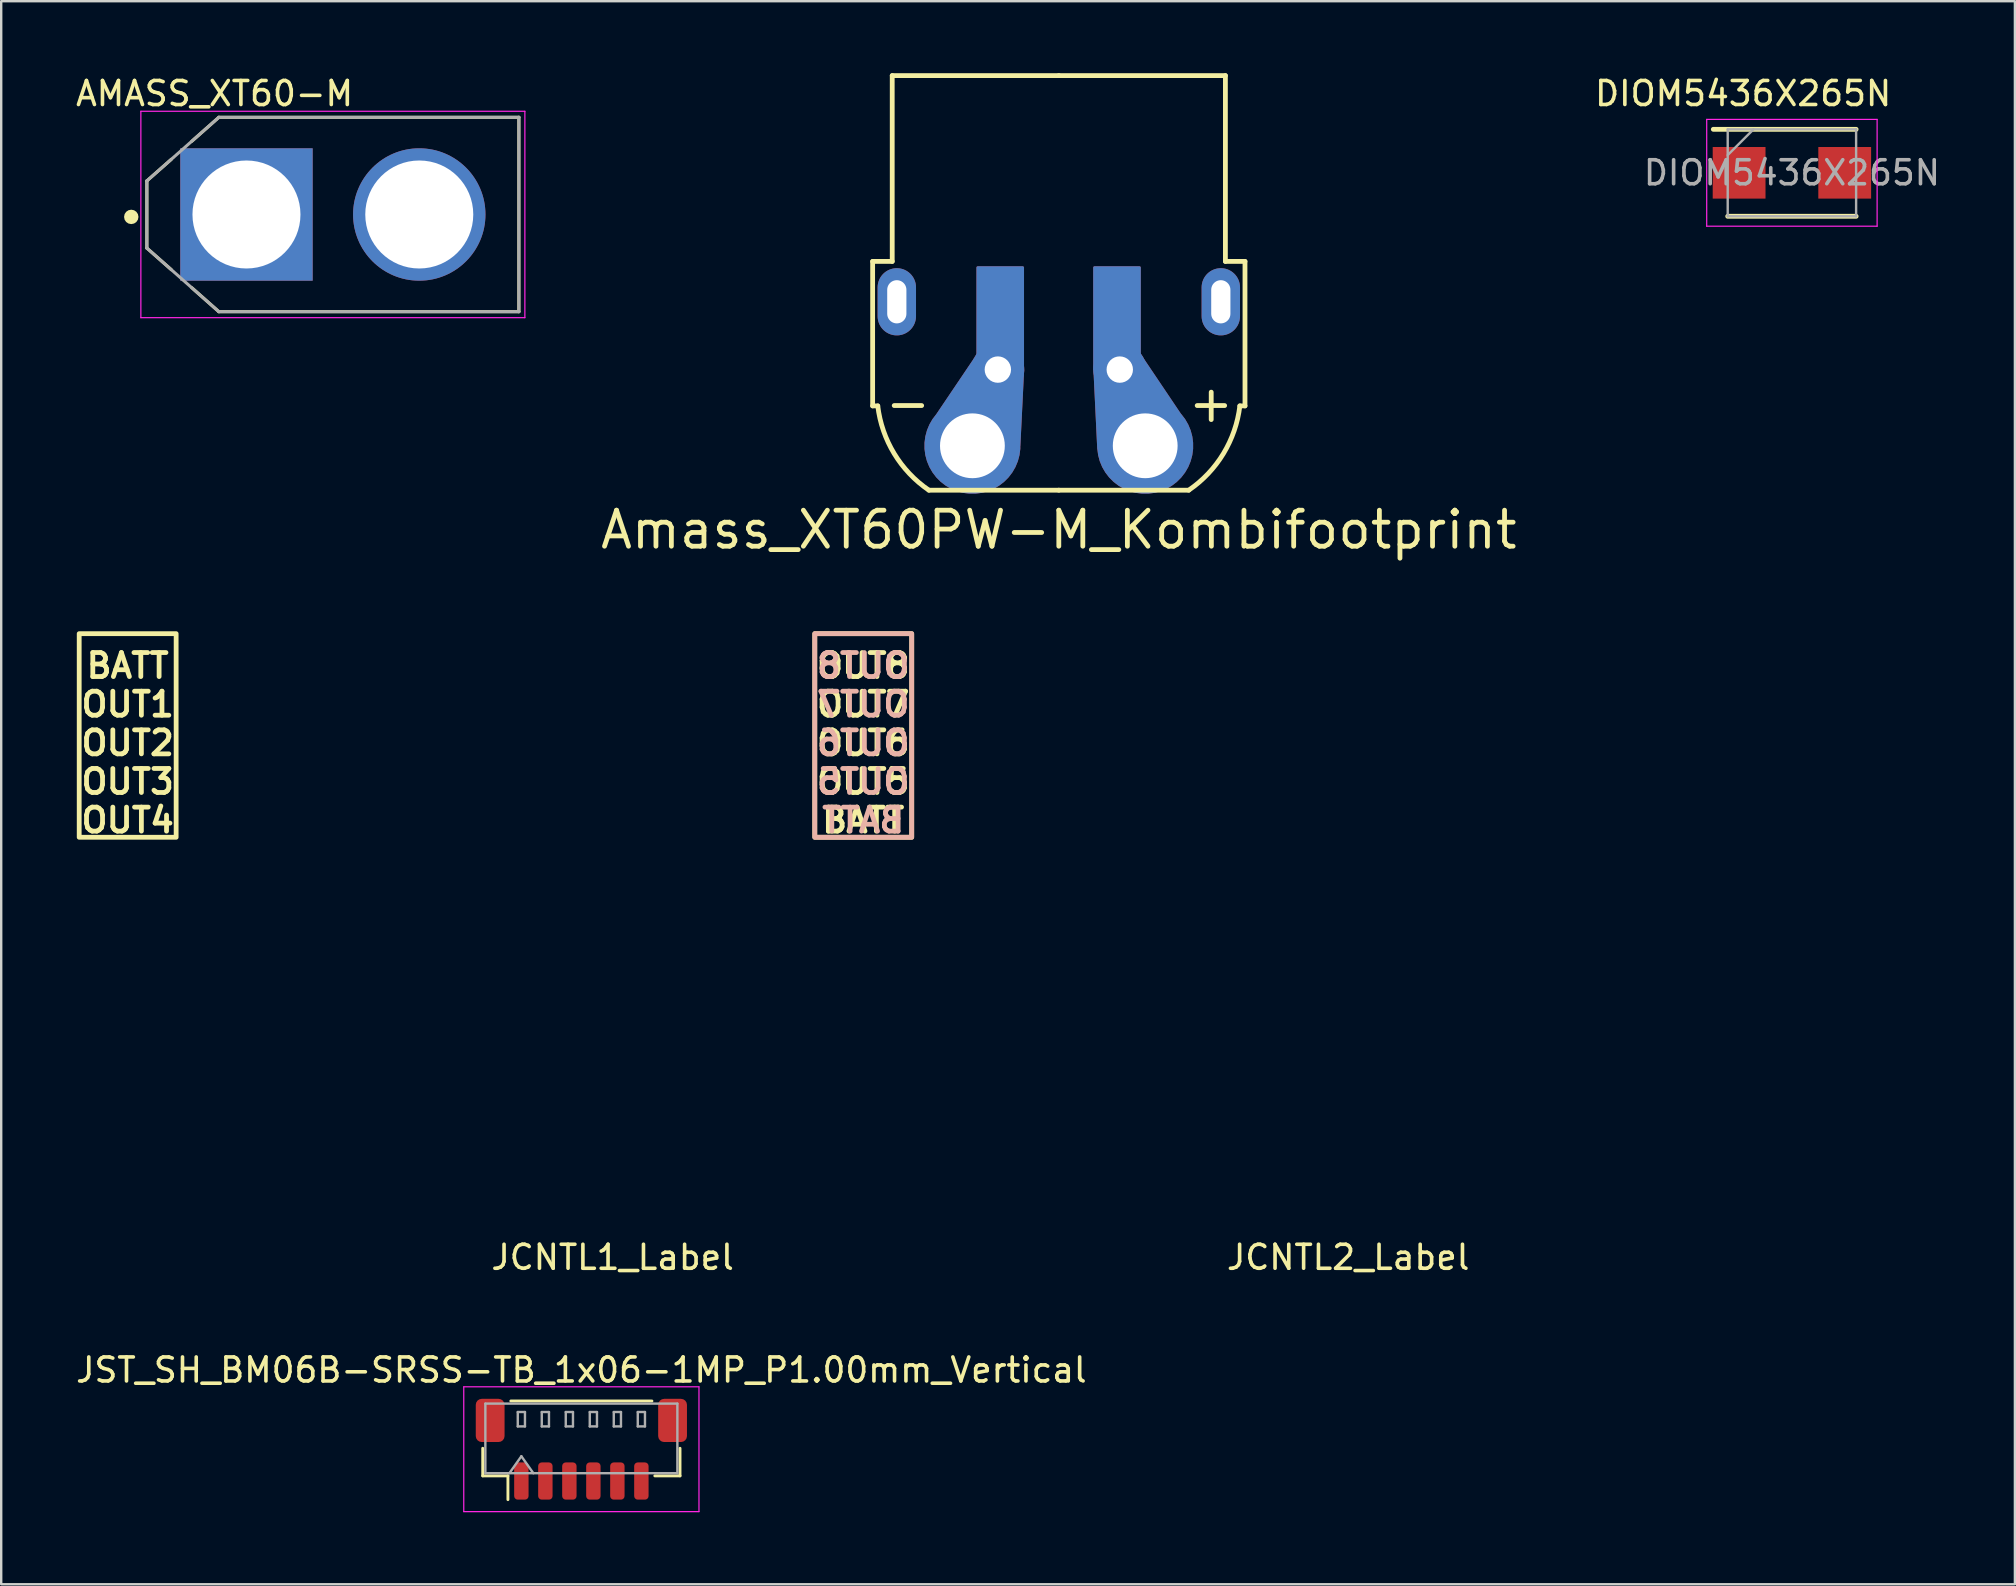
<source format=kicad_pcb>
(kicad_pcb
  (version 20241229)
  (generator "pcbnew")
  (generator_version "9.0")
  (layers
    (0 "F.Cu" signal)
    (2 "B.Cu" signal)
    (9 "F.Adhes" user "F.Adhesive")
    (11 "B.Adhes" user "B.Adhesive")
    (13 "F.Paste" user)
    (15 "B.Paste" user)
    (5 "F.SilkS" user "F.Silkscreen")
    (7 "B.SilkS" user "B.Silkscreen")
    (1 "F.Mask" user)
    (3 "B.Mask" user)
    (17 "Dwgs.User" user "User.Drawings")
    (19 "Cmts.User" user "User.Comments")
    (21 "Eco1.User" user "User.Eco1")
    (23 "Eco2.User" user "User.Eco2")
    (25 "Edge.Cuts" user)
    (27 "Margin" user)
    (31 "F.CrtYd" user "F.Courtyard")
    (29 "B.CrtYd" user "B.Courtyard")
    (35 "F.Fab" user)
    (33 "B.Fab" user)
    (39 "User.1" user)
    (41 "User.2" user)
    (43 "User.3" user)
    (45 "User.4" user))
  (footprint "AMASS_XT60-M"
    (layer "F.Cu")
    (at 10.819 5.887)
    (property "Reference" "AMASS_XT60-M" (at -4.928 -5.038 0) (layer "F.SilkS") (effects (font (size 1.001 1.001) (thickness 0.15))))
    (attr through_hole)
    (fp_line (start -7.75 -1.4) (end -6.73 -2.3) (stroke (width 0.127) (type solid)) (layer "F.SilkS"))
    (fp_line (start -7.75 1.4) (end -7.75 -1.4) (stroke (width 0.127) (type solid)) (layer "F.SilkS"))
    (fp_line (start -7.75 1.4) (end -6.73 2.3) (stroke (width 0.127) (type solid)) (layer "F.SilkS"))
    (fp_line (start -4.75 -4.05) (end -5.88 -3.05) (stroke (width 0.127) (type solid)) (layer "F.SilkS"))
    (fp_line (start -4.75 -4.05) (end 7.75 -4.05) (stroke (width 0.127) (type solid)) (layer "F.SilkS"))
    (fp_line (start -4.75 4.05) (end -5.88 3.05) (stroke (width 0.127) (type solid)) (layer "F.SilkS"))
    (fp_line (start 7.75 -4.05) (end 7.75 4.05) (stroke (width 0.127) (type solid)) (layer "F.SilkS"))
    (fp_line (start 7.75 4.05) (end -4.75 4.05) (stroke (width 0.127) (type solid)) (layer "F.SilkS"))
    (fp_circle (center -8.4 0.1) (end -8.25 0.1) (stroke (width 0.3) (type solid)) (fill no) (layer "F.SilkS"))
    (fp_line (start -8 -4.3) (end 8 -4.3) (stroke (width 0.05) (type solid)) (layer "F.CrtYd"))
    (fp_line (start -8 4.3) (end -8 -4.3) (stroke (width 0.05) (type solid)) (layer "F.CrtYd"))
    (fp_line (start 8 -4.3) (end 8 4.3) (stroke (width 0.05) (type solid)) (layer "F.CrtYd"))
    (fp_line (start 8 4.3) (end -8 4.3) (stroke (width 0.05) (type solid)) (layer "F.CrtYd"))
    (fp_line (start -7.75 1.4) (end -7.75 -1.4) (stroke (width 0.127) (type solid)) (layer "F.Fab"))
    (fp_line (start -4.75 -4.05) (end -7.75 -1.4) (stroke (width 0.127) (type solid)) (layer "F.Fab"))
    (fp_line (start -4.75 -4.05) (end 7.75 -4.05) (stroke (width 0.127) (type solid)) (layer "F.Fab"))
    (fp_line (start -4.75 4.05) (end -7.75 1.4) (stroke (width 0.127) (type solid)) (layer "F.Fab"))
    (fp_line (start 7.75 -4.05) (end 7.75 4.05) (stroke (width 0.127) (type solid)) (layer "F.Fab"))
    (fp_line (start 7.75 4.05) (end -4.75 4.05) (stroke (width 0.127) (type solid)) (layer "F.Fab"))
    (pad "1" thru_hole rect (at -3.6 0) (size 5.516 5.516) (drill 4.5) (layers "*.Cu" "*.Mask"))
    (pad "2" thru_hole circle (at 3.6 0) (size 5.516 5.516) (drill 4.5) (layers "*.Cu" "*.Mask")))
  (footprint "JST_SH_BM06B-SRSS-TB_1x06-1MP_P1.00mm_Vertical"
    (layer "F.Cu")
    (at 21.173 57.333)
    (property "Reference" "JST_SH_BM06B-SRSS-TB_1x06-1MP_P1.00mm_Vertical" (at 0 -3.3 180) (layer "F.SilkS") (effects (font (size 1 1) (thickness 0.15))))
    (attr smd)
    (fp_line (start -4.11 -0.04) (end -4.11 1.11) (stroke (width 0.12) (type solid)) (layer "F.SilkS"))
    (fp_line (start -4.11 1.11) (end -3.06 1.11) (stroke (width 0.12) (type solid)) (layer "F.SilkS"))
    (fp_line (start -3.06 1.11) (end -3.06 2.1) (stroke (width 0.12) (type solid)) (layer "F.SilkS"))
    (fp_line (start -2.94 -2.01) (end 2.94 -2.01) (stroke (width 0.12) (type solid)) (layer "F.SilkS"))
    (fp_line (start 4.11 -0.04) (end 4.11 1.11) (stroke (width 0.12) (type solid)) (layer "F.SilkS"))
    (fp_line (start 4.11 1.11) (end 3.06 1.11) (stroke (width 0.12) (type solid)) (layer "F.SilkS"))
    (fp_line (start -4.9 -2.6) (end -4.9 2.6) (stroke (width 0.05) (type solid)) (layer "F.CrtYd"))
    (fp_line (start -4.9 2.6) (end 4.9 2.6) (stroke (width 0.05) (type solid)) (layer "F.CrtYd"))
    (fp_line (start 4.9 -2.6) (end -4.9 -2.6) (stroke (width 0.05) (type solid)) (layer "F.CrtYd"))
    (fp_line (start 4.9 2.6) (end 4.9 -2.6) (stroke (width 0.05) (type solid)) (layer "F.CrtYd"))
    (fp_line (start -4 -1.9) (end 4 -1.9) (stroke (width 0.1) (type solid)) (layer "F.Fab"))
    (fp_line (start -4 1) (end -4 -1.9) (stroke (width 0.1) (type solid)) (layer "F.Fab"))
    (fp_line (start -4 1) (end 4 1) (stroke (width 0.1) (type solid)) (layer "F.Fab"))
    (fp_line (start -3 1) (end -2.5 0.293) (stroke (width 0.1) (type solid)) (layer "F.Fab"))
    (fp_line (start -2.65 -1.55) (end -2.65 -0.95) (stroke (width 0.1) (type solid)) (layer "F.Fab"))
    (fp_line (start -2.65 -0.95) (end -2.35 -0.95) (stroke (width 0.1) (type solid)) (layer "F.Fab"))
    (fp_line (start -2.5 0.293) (end -2 1) (stroke (width 0.1) (type solid)) (layer "F.Fab"))
    (fp_line (start -2.35 -1.55) (end -2.65 -1.55) (stroke (width 0.1) (type solid)) (layer "F.Fab"))
    (fp_line (start -2.35 -0.95) (end -2.35 -1.55) (stroke (width 0.1) (type solid)) (layer "F.Fab"))
    (fp_line (start -1.65 -1.55) (end -1.65 -0.95) (stroke (width 0.1) (type solid)) (layer "F.Fab"))
    (fp_line (start -1.65 -0.95) (end -1.35 -0.95) (stroke (width 0.1) (type solid)) (layer "F.Fab"))
    (fp_line (start -1.35 -1.55) (end -1.65 -1.55) (stroke (width 0.1) (type solid)) (layer "F.Fab"))
    (fp_line (start -1.35 -0.95) (end -1.35 -1.55) (stroke (width 0.1) (type solid)) (layer "F.Fab"))
    (fp_line (start -0.65 -1.55) (end -0.65 -0.95) (stroke (width 0.1) (type solid)) (layer "F.Fab"))
    (fp_line (start -0.65 -0.95) (end -0.35 -0.95) (stroke (width 0.1) (type solid)) (layer "F.Fab"))
    (fp_line (start -0.35 -1.55) (end -0.65 -1.55) (stroke (width 0.1) (type solid)) (layer "F.Fab"))
    (fp_line (start -0.35 -0.95) (end -0.35 -1.55) (stroke (width 0.1) (type solid)) (layer "F.Fab"))
    (fp_line (start 0.35 -1.55) (end 0.35 -0.95) (stroke (width 0.1) (type solid)) (layer "F.Fab"))
    (fp_line (start 0.35 -0.95) (end 0.65 -0.95) (stroke (width 0.1) (type solid)) (layer "F.Fab"))
    (fp_line (start 0.65 -1.55) (end 0.35 -1.55) (stroke (width 0.1) (type solid)) (layer "F.Fab"))
    (fp_line (start 0.65 -0.95) (end 0.65 -1.55) (stroke (width 0.1) (type solid)) (layer "F.Fab"))
    (fp_line (start 1.35 -1.55) (end 1.35 -0.95) (stroke (width 0.1) (type solid)) (layer "F.Fab"))
    (fp_line (start 1.35 -0.95) (end 1.65 -0.95) (stroke (width 0.1) (type solid)) (layer "F.Fab"))
    (fp_line (start 1.65 -1.55) (end 1.35 -1.55) (stroke (width 0.1) (type solid)) (layer "F.Fab"))
    (fp_line (start 1.65 -0.95) (end 1.65 -1.55) (stroke (width 0.1) (type solid)) (layer "F.Fab"))
    (fp_line (start 2.35 -1.55) (end 2.35 -0.95) (stroke (width 0.1) (type solid)) (layer "F.Fab"))
    (fp_line (start 2.35 -0.95) (end 2.65 -0.95) (stroke (width 0.1) (type solid)) (layer "F.Fab"))
    (fp_line (start 2.65 -1.55) (end 2.35 -1.55) (stroke (width 0.1) (type solid)) (layer "F.Fab"))
    (fp_line (start 2.65 -0.95) (end 2.65 -1.55) (stroke (width 0.1) (type solid)) (layer "F.Fab"))
    (fp_line (start 4 1) (end 4 -1.9) (stroke (width 0.1) (type solid)) (layer "F.Fab"))
    (pad "1" smd roundrect (at -2.5 1.325) (size 0.6 1.55) (layers "F.Cu" "F.Mask" "F.Paste") (roundrect_rratio 0.25))
    (pad "2" smd roundrect (at -1.5 1.325) (size 0.6 1.55) (layers "F.Cu" "F.Mask" "F.Paste") (roundrect_rratio 0.25))
    (pad "3" smd roundrect (at -0.5 1.325) (size 0.6 1.55) (layers "F.Cu" "F.Mask" "F.Paste") (roundrect_rratio 0.25))
    (pad "4" smd roundrect (at 0.5 1.325) (size 0.6 1.55) (layers "F.Cu" "F.Mask" "F.Paste") (roundrect_rratio 0.25))
    (pad "5" smd roundrect (at 1.5 1.325) (size 0.6 1.55) (layers "F.Cu" "F.Mask" "F.Paste") (roundrect_rratio 0.25))
    (pad "6" smd roundrect (at 2.5 1.325) (size 0.6 1.55) (layers "F.Cu" "F.Mask" "F.Paste") (roundrect_rratio 0.25))
    (pad "MP" smd roundrect (at -3.8 -1.2) (size 1.2 1.8) (layers "F.Cu" "F.Mask" "F.Paste") (roundrect_rratio 0.208))
    (pad "MP" smd roundrect (at 3.8 -1.2) (size 1.2 1.8) (layers "F.Cu" "F.Mask" "F.Paste") (roundrect_rratio 0.208)))
  (footprint "DIOM5436X265N"
    (layer "F.Cu")
    (at 71.611 4.15)
    (property "Reference" "DIOM5436X265N" (at -2.032 -3.302 0) (layer "F.SilkS") (effects (font (size 1 1) (thickness 0.15))))
    (attr smd)
    (fp_line (start -2.675 1.812) (end 2.675 1.812) (stroke (width 0.2) (type solid)) (layer "F.SilkS"))
    (fp_line (start 2.675 -1.812) (end -3.275 -1.812) (stroke (width 0.2) (type solid)) (layer "F.SilkS"))
    (fp_line (start -3.55 -2.225) (end 3.55 -2.225) (stroke (width 0.05) (type solid)) (layer "F.CrtYd"))
    (fp_line (start -3.55 2.225) (end -3.55 -2.225) (stroke (width 0.05) (type solid)) (layer "F.CrtYd"))
    (fp_line (start 3.55 -2.225) (end 3.55 2.225) (stroke (width 0.05) (type solid)) (layer "F.CrtYd"))
    (fp_line (start 3.55 2.225) (end -3.55 2.225) (stroke (width 0.05) (type solid)) (layer "F.CrtYd"))
    (fp_line (start -2.675 -1.812) (end 2.675 -1.812) (stroke (width 0.1) (type solid)) (layer "F.Fab"))
    (fp_line (start -2.675 -0.738) (end -1.6 -1.812) (stroke (width 0.1) (type solid)) (layer "F.Fab"))
    (fp_line (start -2.675 1.812) (end -2.675 -1.812) (stroke (width 0.1) (type solid)) (layer "F.Fab"))
    (fp_line (start 2.675 -1.812) (end 2.675 1.812) (stroke (width 0.1) (type solid)) (layer "F.Fab"))
    (fp_line (start 2.675 1.812) (end -2.675 1.812) (stroke (width 0.1) (type solid)) (layer "F.Fab"))
    (fp_text user "${REFERENCE}" (at 0 0 0) (layer "F.Fab") (effects (font (size 1 1) (thickness 0.15))))
    (pad "1" smd rect (at -2.2 0 90) (size 2.15 2.2) (layers "F.Cu" "F.Mask" "F.Paste"))
    (pad "2" smd rect (at 2.2 0 90) (size 2.15 2.2) (layers "F.Cu" "F.Mask" "F.Paste")))
  (footprint "JCNTL1_Label"
    (layer "F.Cu")
    (at 0.25 31.836)
    (property "Reference" "JCNTL1_Label" (at 22.225 17.501 0) (unlocked yes) (layer "F.SilkS") (effects (font (size 1 1) (thickness 0.15))))
    (attr board_only exclude_from_pos_files exclude_from_bom)
    (fp_text_box "BATT\nOUT1\nOUT2\nOUT3\nOUT4" (start 0 -8.484) (end 4.039 0) (margins 0.85 0.85 0.85 0.85) (layer "F.SilkS") (effects (font (size 1 1) (thickness 0.2) (bold yes)) (justify top)) (border yes) (stroke (width 0.2) (type solid))))
  (footprint "JCNTL2_Label"
    (layer "F.Cu")
    (at 30.898 31.836)
    (property "Reference" "JCNTL2_Label" (at 22.225 17.501 0) (unlocked yes) (layer "F.SilkS") (effects (font (size 1 1) (thickness 0.15))))
    (attr board_only exclude_from_pos_files exclude_from_bom)
    (fp_text_box "OUT8\nOUT7\nOUT6\nOUT5\nBATT" (start 0 -8.484) (end 4.039 0) (margins 0.85 0.85 0.85 0.85) (layer "F.SilkS") (effects (font (size 1 1) (thickness 0.2) (bold yes)) (justify top)) (border yes) (stroke (width 0.2) (type solid)))
    (fp_text_box "OUT8\nOUT7\nOUT6\nOUT5\nBATT" (start 0 -8.484) (end 4.039 0) (margins 0.85 0.85 0.85 0.85) (layer "B.SilkS") (effects (font (size 1 1) (thickness 0.2) (bold yes)) (justify top mirror)) (border yes) (stroke (width 0.2) (type solid))))
  (footprint "Amass_XT60PW-M_Kombifootprint"
    (layer "F.Cu")
    (at 41.066 15.524)
    (property "Reference" "Amass_XT60PW-M_Kombifootprint" (at 0 3.5 0) (layer "F.SilkS") (effects (font (size 1.5 1.5) (thickness 0.2))))
    (attr through_hole)
    (fp_line (start -7.757 -7.682) (end -7.757 -1.662) (stroke (width 0.2) (type solid)) (layer "F.SilkS"))
    (fp_line (start -7.757 -1.662) (end -7.543 -1.662) (stroke (width 0.2) (type solid)) (layer "F.SilkS"))
    (fp_line (start -6.941 -15.424) (end -6.941 -7.682) (stroke (width 0.2) (type solid)) (layer "F.SilkS"))
    (fp_line (start -6.941 -15.424) (end 0 -15.424) (stroke (width 0.2) (type solid)) (layer "F.SilkS"))
    (fp_line (start -6.941 -7.682) (end -7.757 -7.682) (stroke (width 0.2) (type solid)) (layer "F.SilkS"))
    (fp_line (start -6.858 -1.676) (end -5.715 -1.676) (stroke (width 0.2) (type solid)) (layer "F.SilkS"))
    (fp_line (start -5.413 1.85) (end 0 1.85) (stroke (width 0.2) (type solid)) (layer "F.SilkS"))
    (fp_line (start 5.413 1.85) (end 0 1.85) (stroke (width 0.2) (type solid)) (layer "F.SilkS"))
    (fp_line (start 5.766 -1.676) (end 6.909 -1.676) (stroke (width 0.2) (type solid)) (layer "F.SilkS"))
    (fp_line (start 6.35 -1.092) (end 6.35 -2.235) (stroke (width 0.2) (type solid)) (layer "F.SilkS"))
    (fp_line (start 6.941 -15.424) (end 0 -15.424) (stroke (width 0.2) (type solid)) (layer "F.SilkS"))
    (fp_line (start 6.941 -15.424) (end 6.941 -7.682) (stroke (width 0.2) (type solid)) (layer "F.SilkS"))
    (fp_line (start 6.941 -7.682) (end 7.757 -7.682) (stroke (width 0.2) (type solid)) (layer "F.SilkS"))
    (fp_line (start 7.757 -7.682) (end 7.757 -1.662) (stroke (width 0.2) (type solid)) (layer "F.SilkS"))
    (fp_line (start 7.757 -1.662) (end 7.543 -1.662) (stroke (width 0.2) (type solid)) (layer "F.SilkS"))
    (fp_arc (start -5.413054 1.85) (mid -6.858863 0.324953) (end -7.543269 -1.661935) (stroke (width 0.2) (type solid)) (layer "F.SilkS"))
    (fp_arc (start 7.543269 -1.661935) (mid 6.858863 0.324952) (end 5.413054 1.85) (stroke (width 0.2) (type solid)) (layer "F.SilkS"))
    (pad "" thru_hole oval (at -6.75 -6) (size 1.6 2.8) (drill oval 0.8 1.8) (layers "*.Cu" "*.Mask"))
    (pad "" thru_hole oval (at 6.75 -6) (size 1.6 2.8) (drill oval 0.8 1.8) (layers "*.Cu" "*.Mask"))
    (pad "1" thru_hole custom (at -3.6 0) (size 4 4) (drill 2.7) (layers "*.Cu" "*.Mask") (options (anchor circle)) (primitives (gr_poly (pts (xy -1.861 0) (xy 1.949 0) (xy 2.104 -3.147) (xy 1.695 -3.937) (xy 1.441 -4.064) (xy 0.107 -3.619) (xy -1.734 -0.889)) (width 0.1) (fill yes)) (gr_poly (pts (xy 0.218 -3.175) (xy 0.218 -7.429) (xy 2.1 -7.429) (xy 2.1 -3.175)) (width 0.1) (fill yes))))
    (pad "1" thru_hole circle (at -2.54 -3.175) (size 2.2 2.2) (drill 1.1) (layers "*.Cu" "*.Mask"))
    (pad "2" thru_hole circle (at 2.54 -3.175) (size 2.2 2.2) (drill 1.1) (layers "*.Cu" "*.Mask"))
    (pad "2" thru_hole custom (at 3.6 0) (size 4 4) (drill 2.7) (layers "*.Cu" "*.Mask") (options (anchor circle)) (primitives (gr_poly (pts (xy -1.949 0.127) (xy -2.109 -3.188) (xy -1.504 -4.064) (xy -0.552 -4.064) (xy -0.199 -3.752) (xy 1.447 -1.306)) (width 0.1) (fill yes)) (gr_poly (pts (xy -2.117 -3.175) (xy -2.117 -7.429) (xy -0.234 -7.429) (xy -0.234 -3.175)) (width 0.1) (fill yes)))))
  (gr_rect
    (start -3 -3)
    (end 80.902 62.958)
    (stroke (width 0.1) (type default))
    (fill no)
    (layer "Edge.Cuts")))
</source>
